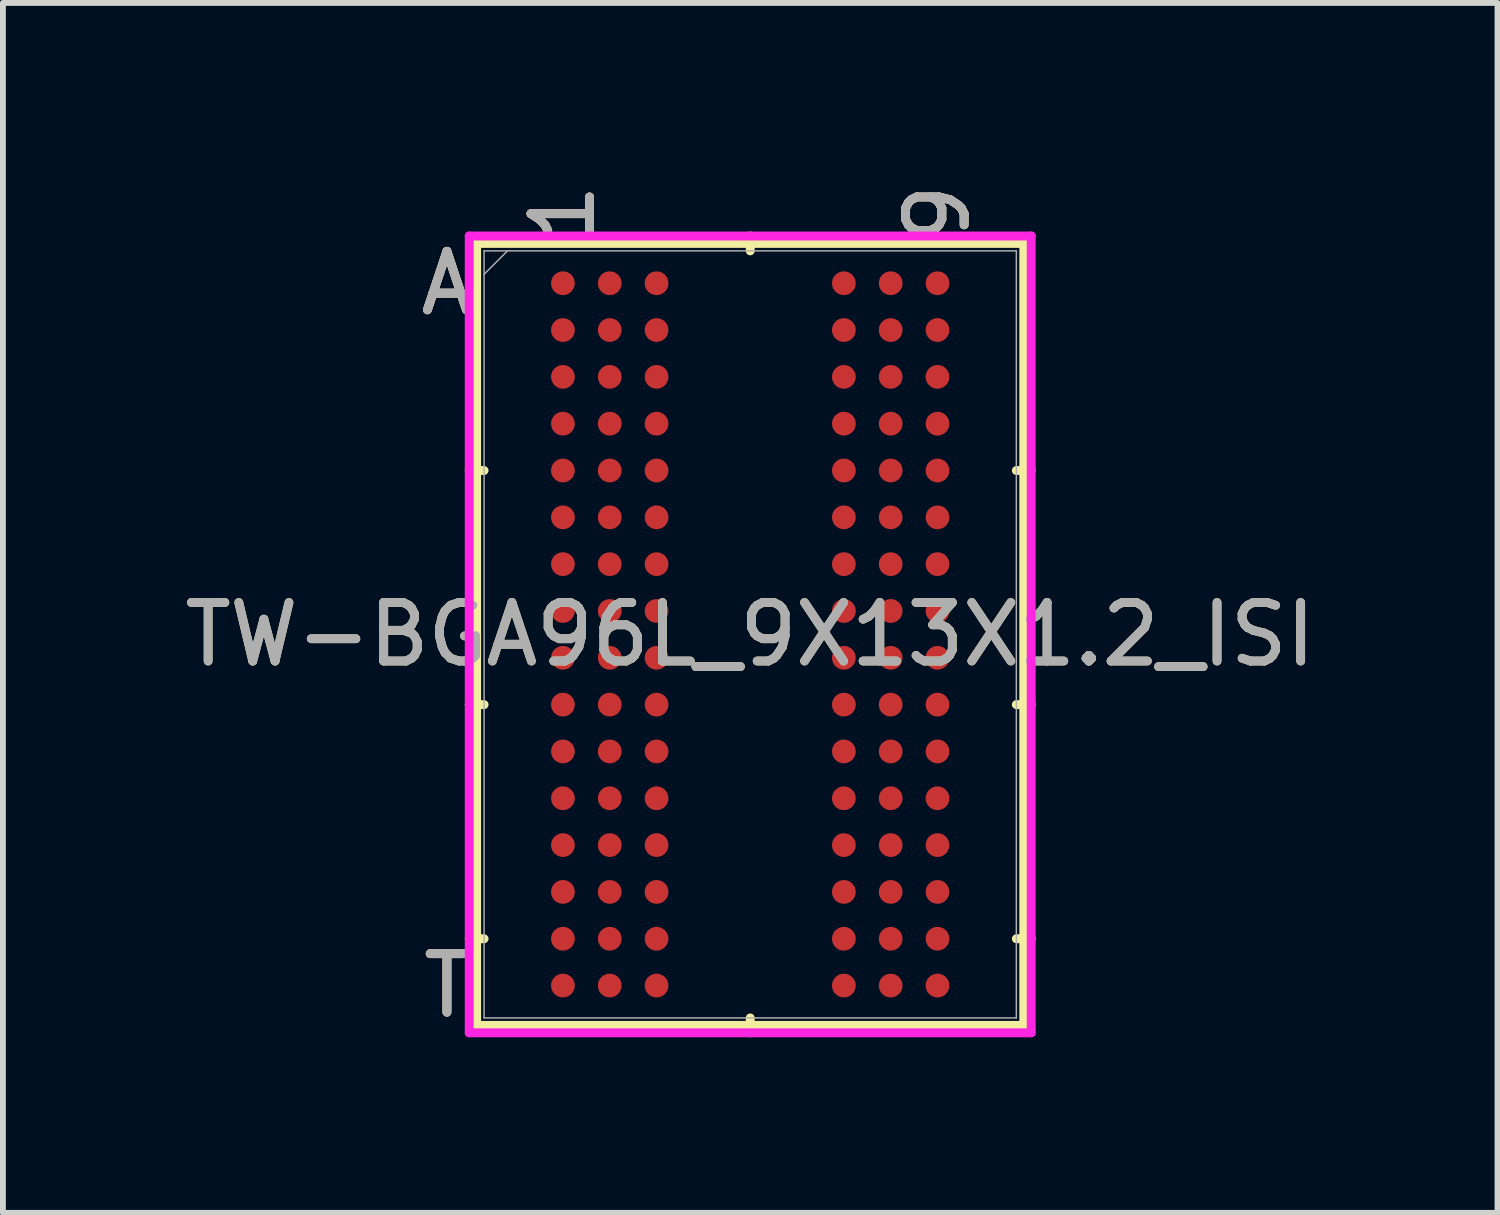
<source format=kicad_pcb>
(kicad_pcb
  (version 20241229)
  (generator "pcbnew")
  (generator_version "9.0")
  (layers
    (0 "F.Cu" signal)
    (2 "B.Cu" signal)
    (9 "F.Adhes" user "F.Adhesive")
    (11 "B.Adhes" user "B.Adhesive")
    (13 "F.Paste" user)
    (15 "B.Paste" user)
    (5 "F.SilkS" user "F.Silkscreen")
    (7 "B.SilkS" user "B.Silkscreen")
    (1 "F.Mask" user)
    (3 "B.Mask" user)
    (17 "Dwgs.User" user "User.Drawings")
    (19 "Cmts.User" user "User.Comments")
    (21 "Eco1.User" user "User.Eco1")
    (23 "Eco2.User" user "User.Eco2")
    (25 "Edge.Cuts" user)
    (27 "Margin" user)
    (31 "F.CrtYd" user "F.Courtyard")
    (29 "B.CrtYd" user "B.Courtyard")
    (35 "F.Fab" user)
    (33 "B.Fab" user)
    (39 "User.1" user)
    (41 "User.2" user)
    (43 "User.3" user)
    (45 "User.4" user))
  (footprint "TW-BGA96L_9X13X1.2_ISI"
    (layer "F.Cu")
    (at 9.768 7.789)
    (property "Reference" "TW-BGA96L_9X13X1.2_ISI" (at 0 0 0) (unlocked yes) (layer "F.SilkS") (effects (font (size 1 1) (thickness 0.15))))
    (attr smd)
    (fp_line (start -4.674 -6.68) (end -4.674 6.68) (stroke (width 0.152) (type solid)) (layer "F.SilkS"))
    (fp_line (start -4.674 6.68) (end 4.674 6.68) (stroke (width 0.152) (type solid)) (layer "F.SilkS"))
    (fp_line (start -4.547 -2.8) (end -4.801 -2.8) (stroke (width 0.152) (type solid)) (layer "F.SilkS"))
    (fp_line (start -4.547 1.2) (end -4.801 1.2) (stroke (width 0.152) (type solid)) (layer "F.SilkS"))
    (fp_line (start -4.547 5.2) (end -4.801 5.2) (stroke (width 0.152) (type solid)) (layer "F.SilkS"))
    (fp_line (start 0 -6.553) (end 0 -6.807) (stroke (width 0.152) (type solid)) (layer "F.SilkS"))
    (fp_line (start 0 6.553) (end 0 6.807) (stroke (width 0.152) (type solid)) (layer "F.SilkS"))
    (fp_line (start 4.547 -2.8) (end 4.801 -2.8) (stroke (width 0.152) (type solid)) (layer "F.SilkS"))
    (fp_line (start 4.547 1.2) (end 4.801 1.2) (stroke (width 0.152) (type solid)) (layer "F.SilkS"))
    (fp_line (start 4.547 5.2) (end 4.801 5.2) (stroke (width 0.152) (type solid)) (layer "F.SilkS"))
    (fp_line (start 4.674 -6.68) (end -4.674 -6.68) (stroke (width 0.152) (type solid)) (layer "F.SilkS"))
    (fp_line (start 4.674 6.68) (end 4.674 -6.68) (stroke (width 0.152) (type solid)) (layer "F.SilkS"))
    (fp_line (start -4.801 -6.807) (end 4.801 -6.807) (stroke (width 0.152) (type solid)) (layer "F.CrtYd"))
    (fp_line (start -4.801 6.807) (end -4.801 -6.807) (stroke (width 0.152) (type solid)) (layer "F.CrtYd"))
    (fp_line (start 4.801 -6.807) (end 4.801 6.807) (stroke (width 0.152) (type solid)) (layer "F.CrtYd"))
    (fp_line (start 4.801 6.807) (end -4.801 6.807) (stroke (width 0.152) (type solid)) (layer "F.CrtYd"))
    (fp_line (start -4.547 -6.553) (end -4.547 6.553) (stroke (width 0.025) (type solid)) (layer "F.Fab"))
    (fp_line (start -4.547 6.553) (end 4.547 6.553) (stroke (width 0.025) (type solid)) (layer "F.Fab"))
    (fp_line (start -4.147 -6.553) (end -4.547 -6.153) (stroke (width 0.025) (type solid)) (layer "F.Fab"))
    (fp_line (start 4.547 -6.553) (end -4.547 -6.553) (stroke (width 0.025) (type solid)) (layer "F.Fab"))
    (fp_line (start 4.547 6.553) (end 4.547 -6.553) (stroke (width 0.025) (type solid)) (layer "F.Fab"))
    (fp_text user "T" (at -5.182 6 0) (unlocked yes) (layer "F.SilkS") (effects (font (size 1 1) (thickness 0.15))))
    (fp_text user "1" (at -3.2 -7.188 90) (unlocked yes) (layer "F.SilkS") (effects (font (size 1 1) (thickness 0.15))))
    (fp_text user "9" (at 3.2 -7.188 90) (unlocked yes) (layer "F.SilkS") (effects (font (size 1 1) (thickness 0.15))))
    (fp_text user "A" (at -5.182 -6 0) (unlocked yes) (layer "F.SilkS") (effects (font (size 1 1) (thickness 0.15))))
    (fp_text user "9" (at 3.2 -7.188 90) (unlocked yes) (layer "B.SilkS") (effects (font (size 1 1) (thickness 0.15))))
    (fp_text user "A" (at -5.182 -6 0) (unlocked yes) (layer "B.SilkS") (effects (font (size 1 1) (thickness 0.15))))
    (fp_text user "T" (at -5.182 6 0) (unlocked yes) (layer "B.SilkS") (effects (font (size 1 1) (thickness 0.15))))
    (fp_text user "1" (at -3.2 -7.188 90) (unlocked yes) (layer "B.SilkS") (effects (font (size 1 1) (thickness 0.15))))
    (fp_text user "A" (at -5.182 -6 0) (unlocked yes) (layer "F.Fab") (effects (font (size 1 1) (thickness 0.15))))
    (fp_text user "${REFERENCE}" (at 0 0 0) (unlocked yes) (layer "F.Fab") (effects (font (size 1 1) (thickness 0.15))))
    (fp_text user "9" (at 3.2 -7.188 90) (unlocked yes) (layer "F.Fab") (effects (font (size 1 1) (thickness 0.15))))
    (fp_text user "T" (at -5.182 6 0) (unlocked yes) (layer "F.Fab") (effects (font (size 1 1) (thickness 0.15))))
    (fp_text user "1" (at -3.2 -7.188 90) (unlocked yes) (layer "F.Fab") (effects (font (size 1 1) (thickness 0.15))))
    (pad "A1" smd circle (at -3.2 -6) (size 0.406 0.406) (layers "F.Cu" "F.Mask" "F.Paste"))
    (pad "A2" smd circle (at -2.4 -6) (size 0.406 0.406) (layers "F.Cu" "F.Mask" "F.Paste"))
    (pad "A3" smd circle (at -1.6 -6) (size 0.406 0.406) (layers "F.Cu" "F.Mask" "F.Paste"))
    (pad "A7" smd circle (at 1.6 -6) (size 0.406 0.406) (layers "F.Cu" "F.Mask" "F.Paste"))
    (pad "A8" smd circle (at 2.4 -6) (size 0.406 0.406) (layers "F.Cu" "F.Mask" "F.Paste"))
    (pad "A9" smd circle (at 3.2 -6) (size 0.406 0.406) (layers "F.Cu" "F.Mask" "F.Paste"))
    (pad "B1" smd circle (at -3.2 -5.2) (size 0.406 0.406) (layers "F.Cu" "F.Mask" "F.Paste"))
    (pad "B2" smd circle (at -2.4 -5.2) (size 0.406 0.406) (layers "F.Cu" "F.Mask" "F.Paste"))
    (pad "B3" smd circle (at -1.6 -5.2) (size 0.406 0.406) (layers "F.Cu" "F.Mask" "F.Paste"))
    (pad "B7" smd circle (at 1.6 -5.2) (size 0.406 0.406) (layers "F.Cu" "F.Mask" "F.Paste"))
    (pad "B8" smd circle (at 2.4 -5.2) (size 0.406 0.406) (layers "F.Cu" "F.Mask" "F.Paste"))
    (pad "B9" smd circle (at 3.2 -5.2) (size 0.406 0.406) (layers "F.Cu" "F.Mask" "F.Paste"))
    (pad "C1" smd circle (at -3.2 -4.4) (size 0.406 0.406) (layers "F.Cu" "F.Mask" "F.Paste"))
    (pad "C2" smd circle (at -2.4 -4.4) (size 0.406 0.406) (layers "F.Cu" "F.Mask" "F.Paste"))
    (pad "C3" smd circle (at -1.6 -4.4) (size 0.406 0.406) (layers "F.Cu" "F.Mask" "F.Paste"))
    (pad "C7" smd circle (at 1.6 -4.4) (size 0.406 0.406) (layers "F.Cu" "F.Mask" "F.Paste"))
    (pad "C8" smd circle (at 2.4 -4.4) (size 0.406 0.406) (layers "F.Cu" "F.Mask" "F.Paste"))
    (pad "C9" smd circle (at 3.2 -4.4) (size 0.406 0.406) (layers "F.Cu" "F.Mask" "F.Paste"))
    (pad "D1" smd circle (at -3.2 -3.6) (size 0.406 0.406) (layers "F.Cu" "F.Mask" "F.Paste"))
    (pad "D2" smd circle (at -2.4 -3.6) (size 0.406 0.406) (layers "F.Cu" "F.Mask" "F.Paste"))
    (pad "D3" smd circle (at -1.6 -3.6) (size 0.406 0.406) (layers "F.Cu" "F.Mask" "F.Paste"))
    (pad "D7" smd circle (at 1.6 -3.6) (size 0.406 0.406) (layers "F.Cu" "F.Mask" "F.Paste"))
    (pad "D8" smd circle (at 2.4 -3.6) (size 0.406 0.406) (layers "F.Cu" "F.Mask" "F.Paste"))
    (pad "D9" smd circle (at 3.2 -3.6) (size 0.406 0.406) (layers "F.Cu" "F.Mask" "F.Paste"))
    (pad "E1" smd circle (at -3.2 -2.8) (size 0.406 0.406) (layers "F.Cu" "F.Mask" "F.Paste"))
    (pad "E2" smd circle (at -2.4 -2.8) (size 0.406 0.406) (layers "F.Cu" "F.Mask" "F.Paste"))
    (pad "E3" smd circle (at -1.6 -2.8) (size 0.406 0.406) (layers "F.Cu" "F.Mask" "F.Paste"))
    (pad "E7" smd circle (at 1.6 -2.8) (size 0.406 0.406) (layers "F.Cu" "F.Mask" "F.Paste"))
    (pad "E8" smd circle (at 2.4 -2.8) (size 0.406 0.406) (layers "F.Cu" "F.Mask" "F.Paste"))
    (pad "E9" smd circle (at 3.2 -2.8) (size 0.406 0.406) (layers "F.Cu" "F.Mask" "F.Paste"))
    (pad "F1" smd circle (at -3.2 -2) (size 0.406 0.406) (layers "F.Cu" "F.Mask" "F.Paste"))
    (pad "F2" smd circle (at -2.4 -2) (size 0.406 0.406) (layers "F.Cu" "F.Mask" "F.Paste"))
    (pad "F3" smd circle (at -1.6 -2) (size 0.406 0.406) (layers "F.Cu" "F.Mask" "F.Paste"))
    (pad "F7" smd circle (at 1.6 -2) (size 0.406 0.406) (layers "F.Cu" "F.Mask" "F.Paste"))
    (pad "F8" smd circle (at 2.4 -2) (size 0.406 0.406) (layers "F.Cu" "F.Mask" "F.Paste"))
    (pad "F9" smd circle (at 3.2 -2) (size 0.406 0.406) (layers "F.Cu" "F.Mask" "F.Paste"))
    (pad "G1" smd circle (at -3.2 -1.2) (size 0.406 0.406) (layers "F.Cu" "F.Mask" "F.Paste"))
    (pad "G2" smd circle (at -2.4 -1.2) (size 0.406 0.406) (layers "F.Cu" "F.Mask" "F.Paste"))
    (pad "G3" smd circle (at -1.6 -1.2) (size 0.406 0.406) (layers "F.Cu" "F.Mask" "F.Paste"))
    (pad "G7" smd circle (at 1.6 -1.2) (size 0.406 0.406) (layers "F.Cu" "F.Mask" "F.Paste"))
    (pad "G8" smd circle (at 2.4 -1.2) (size 0.406 0.406) (layers "F.Cu" "F.Mask" "F.Paste"))
    (pad "G9" smd circle (at 3.2 -1.2) (size 0.406 0.406) (layers "F.Cu" "F.Mask" "F.Paste"))
    (pad "H1" smd circle (at -3.2 -0.4) (size 0.406 0.406) (layers "F.Cu" "F.Mask" "F.Paste"))
    (pad "H2" smd circle (at -2.4 -0.4) (size 0.406 0.406) (layers "F.Cu" "F.Mask" "F.Paste"))
    (pad "H3" smd circle (at -1.6 -0.4) (size 0.406 0.406) (layers "F.Cu" "F.Mask" "F.Paste"))
    (pad "H7" smd circle (at 1.6 -0.4) (size 0.406 0.406) (layers "F.Cu" "F.Mask" "F.Paste"))
    (pad "H8" smd circle (at 2.4 -0.4) (size 0.406 0.406) (layers "F.Cu" "F.Mask" "F.Paste"))
    (pad "H9" smd circle (at 3.2 -0.4) (size 0.406 0.406) (layers "F.Cu" "F.Mask" "F.Paste"))
    (pad "J1" smd circle (at -3.2 0.4) (size 0.406 0.406) (layers "F.Cu" "F.Mask" "F.Paste"))
    (pad "J2" smd circle (at -2.4 0.4) (size 0.406 0.406) (layers "F.Cu" "F.Mask" "F.Paste"))
    (pad "J3" smd circle (at -1.6 0.4) (size 0.406 0.406) (layers "F.Cu" "F.Mask" "F.Paste"))
    (pad "J7" smd circle (at 1.6 0.4) (size 0.406 0.406) (layers "F.Cu" "F.Mask" "F.Paste"))
    (pad "J8" smd circle (at 2.4 0.4) (size 0.406 0.406) (layers "F.Cu" "F.Mask" "F.Paste"))
    (pad "J9" smd circle (at 3.2 0.4) (size 0.406 0.406) (layers "F.Cu" "F.Mask" "F.Paste"))
    (pad "K1" smd circle (at -3.2 1.2) (size 0.406 0.406) (layers "F.Cu" "F.Mask" "F.Paste"))
    (pad "K2" smd circle (at -2.4 1.2) (size 0.406 0.406) (layers "F.Cu" "F.Mask" "F.Paste"))
    (pad "K3" smd circle (at -1.6 1.2) (size 0.406 0.406) (layers "F.Cu" "F.Mask" "F.Paste"))
    (pad "K7" smd circle (at 1.6 1.2) (size 0.406 0.406) (layers "F.Cu" "F.Mask" "F.Paste"))
    (pad "K8" smd circle (at 2.4 1.2) (size 0.406 0.406) (layers "F.Cu" "F.Mask" "F.Paste"))
    (pad "K9" smd circle (at 3.2 1.2) (size 0.406 0.406) (layers "F.Cu" "F.Mask" "F.Paste"))
    (pad "L1" smd circle (at -3.2 2) (size 0.406 0.406) (layers "F.Cu" "F.Mask" "F.Paste"))
    (pad "L2" smd circle (at -2.4 2) (size 0.406 0.406) (layers "F.Cu" "F.Mask" "F.Paste"))
    (pad "L3" smd circle (at -1.6 2) (size 0.406 0.406) (layers "F.Cu" "F.Mask" "F.Paste"))
    (pad "L7" smd circle (at 1.6 2) (size 0.406 0.406) (layers "F.Cu" "F.Mask" "F.Paste"))
    (pad "L8" smd circle (at 2.4 2) (size 0.406 0.406) (layers "F.Cu" "F.Mask" "F.Paste"))
    (pad "L9" smd circle (at 3.2 2) (size 0.406 0.406) (layers "F.Cu" "F.Mask" "F.Paste"))
    (pad "M1" smd circle (at -3.2 2.8) (size 0.406 0.406) (layers "F.Cu" "F.Mask" "F.Paste"))
    (pad "M2" smd circle (at -2.4 2.8) (size 0.406 0.406) (layers "F.Cu" "F.Mask" "F.Paste"))
    (pad "M3" smd circle (at -1.6 2.8) (size 0.406 0.406) (layers "F.Cu" "F.Mask" "F.Paste"))
    (pad "M7" smd circle (at 1.6 2.8) (size 0.406 0.406) (layers "F.Cu" "F.Mask" "F.Paste"))
    (pad "M8" smd circle (at 2.4 2.8) (size 0.406 0.406) (layers "F.Cu" "F.Mask" "F.Paste"))
    (pad "M9" smd circle (at 3.2 2.8) (size 0.406 0.406) (layers "F.Cu" "F.Mask" "F.Paste"))
    (pad "N1" smd circle (at -3.2 3.6) (size 0.406 0.406) (layers "F.Cu" "F.Mask" "F.Paste"))
    (pad "N2" smd circle (at -2.4 3.6) (size 0.406 0.406) (layers "F.Cu" "F.Mask" "F.Paste"))
    (pad "N3" smd circle (at -1.6 3.6) (size 0.406 0.406) (layers "F.Cu" "F.Mask" "F.Paste"))
    (pad "N7" smd circle (at 1.6 3.6) (size 0.406 0.406) (layers "F.Cu" "F.Mask" "F.Paste"))
    (pad "N8" smd circle (at 2.4 3.6) (size 0.406 0.406) (layers "F.Cu" "F.Mask" "F.Paste"))
    (pad "N9" smd circle (at 3.2 3.6) (size 0.406 0.406) (layers "F.Cu" "F.Mask" "F.Paste"))
    (pad "P1" smd circle (at -3.2 4.4) (size 0.406 0.406) (layers "F.Cu" "F.Mask" "F.Paste"))
    (pad "P2" smd circle (at -2.4 4.4) (size 0.406 0.406) (layers "F.Cu" "F.Mask" "F.Paste"))
    (pad "P3" smd circle (at -1.6 4.4) (size 0.406 0.406) (layers "F.Cu" "F.Mask" "F.Paste"))
    (pad "P7" smd circle (at 1.6 4.4) (size 0.406 0.406) (layers "F.Cu" "F.Mask" "F.Paste"))
    (pad "P8" smd circle (at 2.4 4.4) (size 0.406 0.406) (layers "F.Cu" "F.Mask" "F.Paste"))
    (pad "P9" smd circle (at 3.2 4.4) (size 0.406 0.406) (layers "F.Cu" "F.Mask" "F.Paste"))
    (pad "R1" smd circle (at -3.2 5.2) (size 0.406 0.406) (layers "F.Cu" "F.Mask" "F.Paste"))
    (pad "R2" smd circle (at -2.4 5.2) (size 0.406 0.406) (layers "F.Cu" "F.Mask" "F.Paste"))
    (pad "R3" smd circle (at -1.6 5.2) (size 0.406 0.406) (layers "F.Cu" "F.Mask" "F.Paste"))
    (pad "R7" smd circle (at 1.6 5.2) (size 0.406 0.406) (layers "F.Cu" "F.Mask" "F.Paste"))
    (pad "R8" smd circle (at 2.4 5.2) (size 0.406 0.406) (layers "F.Cu" "F.Mask" "F.Paste"))
    (pad "R9" smd circle (at 3.2 5.2) (size 0.406 0.406) (layers "F.Cu" "F.Mask" "F.Paste"))
    (pad "T1" smd circle (at -3.2 6) (size 0.406 0.406) (layers "F.Cu" "F.Mask" "F.Paste"))
    (pad "T2" smd circle (at -2.4 6) (size 0.406 0.406) (layers "F.Cu" "F.Mask" "F.Paste"))
    (pad "T3" smd circle (at -1.6 6) (size 0.406 0.406) (layers "F.Cu" "F.Mask" "F.Paste"))
    (pad "T7" smd circle (at 1.6 6) (size 0.406 0.406) (layers "F.Cu" "F.Mask" "F.Paste"))
    (pad "T8" smd circle (at 2.4 6) (size 0.406 0.406) (layers "F.Cu" "F.Mask" "F.Paste"))
    (pad "T9" smd circle (at 3.2 6) (size 0.406 0.406) (layers "F.Cu" "F.Mask" "F.Paste")))
  (gr_rect
    (start -3 -3)
    (end 22.536 17.673)
    (stroke (width 0.1) (type default))
    (fill no)
    (layer "Edge.Cuts")))
</source>
